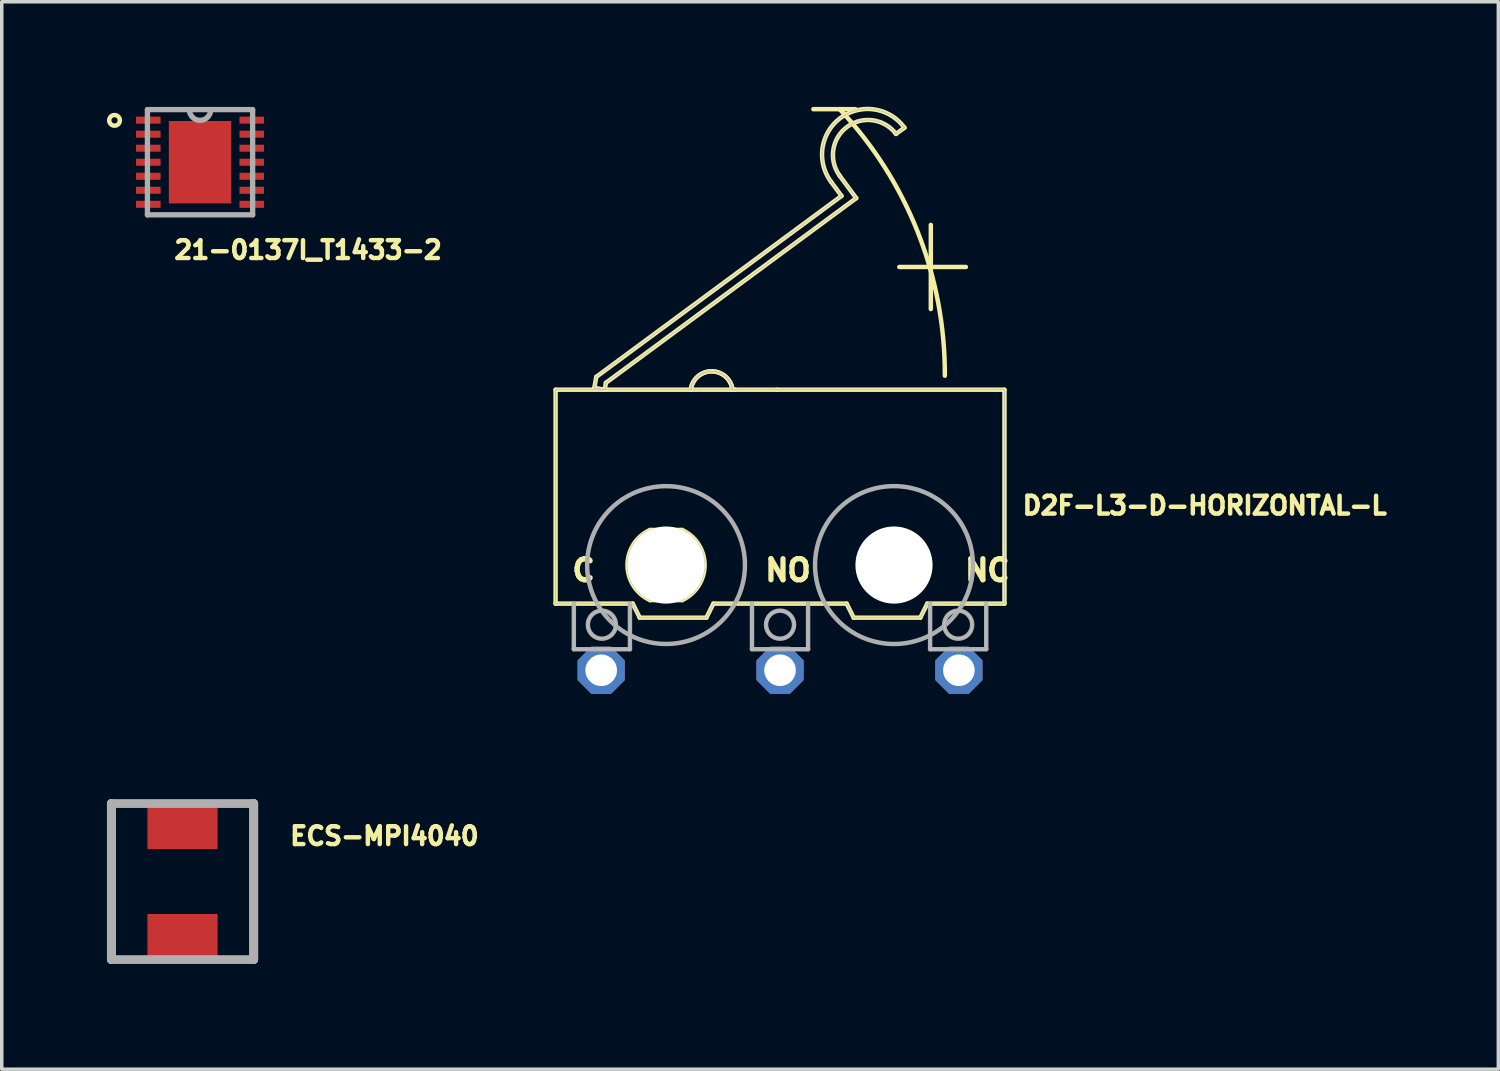
<source format=kicad_pcb>
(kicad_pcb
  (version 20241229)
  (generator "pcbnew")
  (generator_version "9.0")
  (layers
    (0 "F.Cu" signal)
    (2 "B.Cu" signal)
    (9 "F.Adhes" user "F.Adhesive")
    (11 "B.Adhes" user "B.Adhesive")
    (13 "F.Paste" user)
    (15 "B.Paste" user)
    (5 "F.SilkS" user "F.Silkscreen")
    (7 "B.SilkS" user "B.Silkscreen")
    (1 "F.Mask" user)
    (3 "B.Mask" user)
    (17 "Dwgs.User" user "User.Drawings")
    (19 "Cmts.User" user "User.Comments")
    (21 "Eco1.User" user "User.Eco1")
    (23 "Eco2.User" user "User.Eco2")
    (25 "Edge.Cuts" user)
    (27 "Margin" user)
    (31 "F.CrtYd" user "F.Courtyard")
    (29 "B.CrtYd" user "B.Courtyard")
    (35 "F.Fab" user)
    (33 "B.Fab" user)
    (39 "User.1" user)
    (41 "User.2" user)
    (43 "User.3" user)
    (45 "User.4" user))
  (footprint "ECS-MPI4040"
    (layer "F.Cu")
    (at 2.155 22.088)
    (property "Reference" "ECS-MPI4040" (at 3 -1 0) (layer "F.SilkS") (effects (font (size 0.508 0.508) (thickness 0.127)) (justify left bottom)))
    (fp_line (start -2.03 -2.225) (end -2.03 2.225) (stroke (width 0.25) (type solid)) (layer "F.SilkS"))
    (fp_line (start 2.03 -2.225) (end 2.03 2.225) (stroke (width 0.25) (type solid)) (layer "F.SilkS"))
    (fp_line (start -2.03 -2.225) (end -2.03 2.225) (stroke (width 0.25) (type solid)) (layer "F.Fab"))
    (fp_line (start 2.03 -2.225) (end -2.03 -2.225) (stroke (width 0.25) (type solid)) (layer "F.Fab"))
    (fp_line (start 2.03 -2.225) (end 2.03 2.225) (stroke (width 0.25) (type solid)) (layer "F.Fab"))
    (fp_line (start 2.03 2.225) (end -2.03 2.225) (stroke (width 0.25) (type solid)) (layer "F.Fab"))
    (pad "1" smd rect (at 0 -1.575) (size 2 1.3) (layers "F.Cu" "F.Mask" "F.Paste"))
    (pad "2" smd rect (at 0 1.575) (size 2 1.3) (layers "F.Cu" "F.Mask" "F.Paste")))
  (footprint "21-0137I_T1433-2"
    (layer "F.Cu")
    (at 2.654 1.576)
    (property "Reference" "21-0137I_T1433-2" (at -0.8 2.8 0) (layer "F.SilkS") (effects (font (size 0.508 0.508) (thickness 0.127)) (justify left bottom)))
    (fp_circle (center -2.438 -1.194) (end -2.286 -1.194) (stroke (width 0.127) (type solid)) (fill no) (layer "F.SilkS"))
    (fp_poly (pts (xy -0.7 -0.2) (xy -0.2 -0.2) (xy -0.2 -0.9) (xy -0.7 -0.9)) (stroke (width 0) (type default)) (fill yes) (layer "F.Paste"))
    (fp_poly (pts (xy -0.7 0.9) (xy -0.2 0.9) (xy -0.2 0.2) (xy -0.7 0.2)) (stroke (width 0) (type default)) (fill yes) (layer "F.Paste"))
    (fp_poly (pts (xy 0.2 -0.2) (xy 0.7 -0.2) (xy 0.7 -0.9) (xy 0.2 -0.9)) (stroke (width 0) (type default)) (fill yes) (layer "F.Paste"))
    (fp_poly (pts (xy 0.2 0.9) (xy 0.7 0.9) (xy 0.7 0.2) (xy 0.2 0.2)) (stroke (width 0) (type default)) (fill yes) (layer "F.Paste"))
    (fp_line (start -1.5 -1.5) (end -1.5 1.5) (stroke (width 0.152) (type solid)) (layer "F.Fab"))
    (fp_line (start -1.5 1.5) (end 1.5 1.5) (stroke (width 0.152) (type solid)) (layer "F.Fab"))
    (fp_line (start -0.305 -1.5) (end -1.5 -1.5) (stroke (width 0.152) (type solid)) (layer "F.Fab"))
    (fp_line (start 0.305 -1.5) (end -0.305 -1.5) (stroke (width 0.152) (type solid)) (layer "F.Fab"))
    (fp_line (start 1.5 -1.5) (end 0.305 -1.5) (stroke (width 0.152) (type solid)) (layer "F.Fab"))
    (fp_line (start 1.5 1.5) (end 1.5 -1.5) (stroke (width 0.152) (type solid)) (layer "F.Fab"))
    (fp_arc (start 0.3048 -1.5) (mid 0 -1.1952) (end -0.3048 -1.5) (stroke (width 0.1524) (type solid)) (layer "F.Fab"))
    (pad "1" smd rect (at -1.475 -1.2) (size 0.7 0.2) (layers "F.Cu" "F.Mask" "F.Paste"))
    (pad "2" smd rect (at -1.475 -0.8) (size 0.7 0.2) (layers "F.Cu" "F.Mask" "F.Paste"))
    (pad "3" smd rect (at -1.475 -0.4) (size 0.7 0.2) (layers "F.Cu" "F.Mask" "F.Paste"))
    (pad "4" smd rect (at -1.475 0) (size 0.7 0.2) (layers "F.Cu" "F.Mask" "F.Paste"))
    (pad "5" smd rect (at -1.475 0.4) (size 0.7 0.2) (layers "F.Cu" "F.Mask" "F.Paste"))
    (pad "6" smd rect (at -1.475 0.8) (size 0.7 0.2) (layers "F.Cu" "F.Mask" "F.Paste"))
    (pad "7" smd rect (at -1.475 1.2) (size 0.7 0.2) (layers "F.Cu" "F.Mask" "F.Paste"))
    (pad "8" smd rect (at 1.475 1.2) (size 0.7 0.2) (layers "F.Cu" "F.Mask" "F.Paste"))
    (pad "9" smd rect (at 1.475 0.8) (size 0.7 0.2) (layers "F.Cu" "F.Mask" "F.Paste"))
    (pad "10" smd rect (at 1.475 0.4) (size 0.7 0.2) (layers "F.Cu" "F.Mask" "F.Paste"))
    (pad "11" smd rect (at 1.475 0) (size 0.7 0.2) (layers "F.Cu" "F.Mask" "F.Paste"))
    (pad "12" smd rect (at 1.475 -0.4) (size 0.7 0.2) (layers "F.Cu" "F.Mask" "F.Paste"))
    (pad "13" smd rect (at 1.475 -0.8) (size 0.7 0.2) (layers "F.Cu" "F.Mask" "F.Paste"))
    (pad "14" smd rect (at 1.475 -1.2) (size 0.7 0.2) (layers "F.Cu" "F.Mask" "F.Paste"))
    (pad "EP" smd rect (at 0 0) (size 1.78 2.35) (layers "F.Cu" "F.Mask")))
  (footprint "D2F-L3-D-HORIZONTAL-L"
    (layer "F.Cu")
    (at 19.193 13.063)
    (property "Reference" "D2F-L3-D-HORIZONTAL-L" (at 6.85 -1.4 0) (layer "F.SilkS") (effects (font (size 0.508 0.508) (thickness 0.127)) (justify left bottom)))
    (fp_line (start -6.4 -5) (end -6.4 1.1) (stroke (width 0.127) (type solid)) (layer "F.SilkS"))
    (fp_line (start -5.295 -5.052) (end -5 -5) (stroke (width 0.127) (type solid)) (layer "F.SilkS"))
    (fp_line (start -5.24 -5.367) (end -5.295 -5.052) (stroke (width 0.127) (type solid)) (layer "F.SilkS"))
    (fp_line (start -5 -5) (end -4.965 -5.197) (stroke (width 0.127) (type solid)) (layer "F.SilkS"))
    (fp_line (start -4.965 -5.197) (end 2.173 -10.463) (stroke (width 0.127) (type solid)) (layer "F.SilkS"))
    (fp_line (start -4.2 1.1) (end -6.4 1.1) (stroke (width 0.127) (type solid)) (layer "F.SilkS"))
    (fp_line (start -4 1.5) (end -4.2 1.1) (stroke (width 0.127) (type solid)) (layer "F.SilkS"))
    (fp_line (start -4 1.5) (end -2.1 1.5) (stroke (width 0.127) (type solid)) (layer "F.SilkS"))
    (fp_line (start -3.708 -1) (end -2.792 -1) (stroke (width 0.127) (type solid)) (layer "F.SilkS"))
    (fp_line (start -2.792 1) (end -3.708 1) (stroke (width 0.127) (type solid)) (layer "F.SilkS"))
    (fp_line (start -2.545 -5) (end -6.4 -5) (stroke (width 0.127) (type solid)) (layer "F.SilkS"))
    (fp_line (start -1.9 1.1) (end -2.1 1.5) (stroke (width 0.127) (type solid)) (layer "F.SilkS"))
    (fp_line (start -1.355 -5) (end -2.545 -5) (stroke (width 0.127) (type solid)) (layer "F.SilkS"))
    (fp_line (start -1.275 -5) (end -1.355 -5) (stroke (width 0.127) (type solid)) (layer "F.SilkS"))
    (fp_line (start -0.085 -5) (end -1.275 -5) (stroke (width 0.127) (type solid)) (layer "F.SilkS"))
    (fp_line (start 1.456 -10.928) (end 1.753 -10.526) (stroke (width 0.127) (type solid)) (layer "F.SilkS"))
    (fp_line (start 1.7 -13) (end 0.95 -13) (stroke (width 0.127) (type solid)) (layer "F.SilkS"))
    (fp_line (start 1.753 -10.526) (end -5.24 -5.367) (stroke (width 0.127) (type solid)) (layer "F.SilkS"))
    (fp_line (start 1.9 1.1) (end -1.9 1.1) (stroke (width 0.127) (type solid)) (layer "F.SilkS"))
    (fp_line (start 2.1 1.5) (end 1.9 1.1) (stroke (width 0.127) (type solid)) (layer "F.SilkS"))
    (fp_line (start 2.1 1.5) (end 4 1.5) (stroke (width 0.127) (type solid)) (layer "F.SilkS"))
    (fp_line (start 2.15 -13) (end 1.7 -13) (stroke (width 0.127) (type solid)) (layer "F.SilkS"))
    (fp_line (start 2.173 -10.463) (end 1.698 -11.106) (stroke (width 0.127) (type solid)) (layer "F.SilkS"))
    (fp_line (start 3.307 -12.294) (end 3.549 -12.472) (stroke (width 0.127) (type solid)) (layer "F.SilkS"))
    (fp_line (start 3.4 -8.5) (end 4.3 -8.5) (stroke (width 0.127) (type solid)) (layer "F.SilkS"))
    (fp_line (start 4.2 1.1) (end 4 1.5) (stroke (width 0.127) (type solid)) (layer "F.SilkS"))
    (fp_line (start 4.3 -8.5) (end 4.3 -9.7) (stroke (width 0.127) (type solid)) (layer "F.SilkS"))
    (fp_line (start 4.3 -8.5) (end 5.3 -8.5) (stroke (width 0.127) (type solid)) (layer "F.SilkS"))
    (fp_line (start 4.3 -7.3) (end 4.3 -8.5) (stroke (width 0.127) (type solid)) (layer "F.SilkS"))
    (fp_line (start 6.4 -5) (end -0.085 -5) (stroke (width 0.127) (type solid)) (layer "F.SilkS"))
    (fp_line (start 6.4 1.1) (end 4.2 1.1) (stroke (width 0.127) (type solid)) (layer "F.SilkS"))
    (fp_line (start 6.4 1.1) (end 6.4 -5) (stroke (width 0.127) (type solid)) (layer "F.SilkS"))
    (fp_arc (start -3.708258 1) (mid -4.35 0) (end -3.708259 -1) (stroke (width 0.127) (type solid)) (layer "F.SilkS"))
    (fp_arc (start -2.791739 -1) (mid -2.149998 0) (end -2.79174 1) (stroke (width 0.127) (type solid)) (layer "F.SilkS"))
    (fp_arc (start -2.54516 -5) (mid -1.95 -5.523974) (end -1.35484 -5) (stroke (width 0.127) (type solid)) (layer "F.SilkS"))
    (fp_arc (start -2.54516 -5) (mid -1.95 -5.523974) (end -1.35484 -5) (stroke (width 0.127) (type solid)) (layer "F.SilkS"))
    (fp_arc (start 1.45634 -10.928269) (mid 1.730759 -12.74615) (end 3.54864 -12.471731) (stroke (width 0.127) (type solid)) (layer "F.SilkS"))
    (fp_arc (start 1.697761 -11.106358) (mid 1.90885 -12.504726) (end 3.307218 -12.29364) (stroke (width 0.127) (type solid)) (layer "F.SilkS"))
    (fp_arc (start 1.7 -12.999999) (mid 3.930581 -9.488387) (end 4.7 -5.4) (stroke (width 0.127) (type solid)) (layer "F.SilkS"))
    (fp_circle (center 3.25 0) (end 4.25 0) (stroke (width 0.127) (type solid)) (fill no) (layer "F.SilkS"))
    (fp_line (start -6.4 -5) (end -6.4 1.1) (stroke (width 0.025) (type solid)) (layer "Dwgs.User"))
    (fp_line (start -5.88 1.1) (end -5.88 2.4) (stroke (width 0.025) (type solid)) (layer "Dwgs.User"))
    (fp_line (start -5.88 2.4) (end -4.28 2.4) (stroke (width 0.025) (type solid)) (layer "Dwgs.User"))
    (fp_line (start -5.295 -5.052) (end -5 -5) (stroke (width 0.025) (type solid)) (layer "Dwgs.User"))
    (fp_line (start -5.24 -5.367) (end -5.295 -5.052) (stroke (width 0.025) (type solid)) (layer "Dwgs.User"))
    (fp_line (start -5 -5) (end -4.965 -5.197) (stroke (width 0.025) (type solid)) (layer "Dwgs.User"))
    (fp_line (start -4.965 -5.197) (end 2.173 -10.463) (stroke (width 0.025) (type solid)) (layer "Dwgs.User"))
    (fp_line (start -4.28 2.4) (end -4.28 1.1) (stroke (width 0.025) (type solid)) (layer "Dwgs.User"))
    (fp_line (start -4.2 1.1) (end -6.4 1.1) (stroke (width 0.025) (type solid)) (layer "Dwgs.User"))
    (fp_line (start -4 1.5) (end -4.2 1.1) (stroke (width 0.025) (type solid)) (layer "Dwgs.User"))
    (fp_line (start -4 1.5) (end -2.1 1.5) (stroke (width 0.025) (type solid)) (layer "Dwgs.User"))
    (fp_line (start -3.708 -1) (end -2.792 -1) (stroke (width 0.025) (type solid)) (layer "Dwgs.User"))
    (fp_line (start -2.792 1) (end -3.708 1) (stroke (width 0.025) (type solid)) (layer "Dwgs.User"))
    (fp_line (start -2.545 -5) (end -6.4 -5) (stroke (width 0.025) (type solid)) (layer "Dwgs.User"))
    (fp_line (start -1.9 1.1) (end -2.1 1.5) (stroke (width 0.025) (type solid)) (layer "Dwgs.User"))
    (fp_line (start -1.355 -5) (end -2.545 -5) (stroke (width 0.025) (type solid)) (layer "Dwgs.User"))
    (fp_line (start -1.275 -5) (end -1.355 -5) (stroke (width 0.025) (type solid)) (layer "Dwgs.User"))
    (fp_line (start -0.8 1.1) (end -0.8 2.4) (stroke (width 0.025) (type solid)) (layer "Dwgs.User"))
    (fp_line (start -0.8 2.4) (end 0.8 2.4) (stroke (width 0.025) (type solid)) (layer "Dwgs.User"))
    (fp_line (start -0.085 -5) (end -1.275 -5) (stroke (width 0.025) (type solid)) (layer "Dwgs.User"))
    (fp_line (start 0.8 2.4) (end 0.8 1.1) (stroke (width 0.025) (type solid)) (layer "Dwgs.User"))
    (fp_line (start 1.456 -10.928) (end 1.753 -10.526) (stroke (width 0.025) (type solid)) (layer "Dwgs.User"))
    (fp_line (start 1.753 -10.526) (end -5.24 -5.367) (stroke (width 0.025) (type solid)) (layer "Dwgs.User"))
    (fp_line (start 1.9 1.1) (end -1.9 1.1) (stroke (width 0.025) (type solid)) (layer "Dwgs.User"))
    (fp_line (start 2.1 1.5) (end 1.9 1.1) (stroke (width 0.025) (type solid)) (layer "Dwgs.User"))
    (fp_line (start 2.1 1.5) (end 4 1.5) (stroke (width 0.025) (type solid)) (layer "Dwgs.User"))
    (fp_line (start 2.173 -10.463) (end 1.698 -11.106) (stroke (width 0.025) (type solid)) (layer "Dwgs.User"))
    (fp_line (start 3.307 -12.294) (end 3.549 -12.472) (stroke (width 0.025) (type solid)) (layer "Dwgs.User"))
    (fp_line (start 4.2 1.1) (end 4 1.5) (stroke (width 0.025) (type solid)) (layer "Dwgs.User"))
    (fp_line (start 4.28 1.1) (end 4.28 2.4) (stroke (width 0.025) (type solid)) (layer "Dwgs.User"))
    (fp_line (start 4.28 2.4) (end 5.88 2.4) (stroke (width 0.025) (type solid)) (layer "Dwgs.User"))
    (fp_line (start 5.88 2.4) (end 5.88 1.1) (stroke (width 0.025) (type solid)) (layer "Dwgs.User"))
    (fp_line (start 6.4 -5) (end -0.085 -5) (stroke (width 0.025) (type solid)) (layer "Dwgs.User"))
    (fp_line (start 6.4 1.1) (end 4.2 1.1) (stroke (width 0.025) (type solid)) (layer "Dwgs.User"))
    (fp_line (start 6.4 1.1) (end 6.4 -5) (stroke (width 0.025) (type solid)) (layer "Dwgs.User"))
    (fp_arc (start -3.708258 1) (mid -4.35 0) (end -3.708259 -1) (stroke (width 0.025) (type solid)) (layer "Dwgs.User"))
    (fp_arc (start -2.791739 -1) (mid -2.149998 0) (end -2.79174 1) (stroke (width 0.025) (type solid)) (layer "Dwgs.User"))
    (fp_arc (start -2.54516 -5) (mid -1.95 -5.523974) (end -1.35484 -5) (stroke (width 0.025) (type solid)) (layer "Dwgs.User"))
    (fp_arc (start -2.54516 -5) (mid -1.95 -5.523974) (end -1.35484 -5) (stroke (width 0.025) (type solid)) (layer "Dwgs.User"))
    (fp_arc (start 1.45634 -10.928269) (mid 1.730759 -12.74615) (end 3.54864 -12.471731) (stroke (width 0.025) (type solid)) (layer "Dwgs.User"))
    (fp_arc (start 1.697761 -11.106358) (mid 1.90885 -12.504726) (end 3.307218 -12.29364) (stroke (width 0.025) (type solid)) (layer "Dwgs.User"))
    (fp_circle (center -5.08 1.7) (end -4.68 1.7) (stroke (width 0.025) (type solid)) (fill no) (layer "Dwgs.User"))
    (fp_circle (center 0 1.7) (end 0.4 1.7) (stroke (width 0.025) (type solid)) (fill no) (layer "Dwgs.User"))
    (fp_circle (center 3.25 0) (end 4.25 0) (stroke (width 0.025) (type solid)) (fill no) (layer "Dwgs.User"))
    (fp_circle (center 5.08 1.7) (end 5.48 1.7) (stroke (width 0.025) (type solid)) (fill no) (layer "Dwgs.User"))
    (fp_line (start -5.88 1.1) (end -5.88 2.4) (stroke (width 0.127) (type solid)) (layer "F.Fab"))
    (fp_line (start -5.88 2.4) (end -4.28 2.4) (stroke (width 0.127) (type solid)) (layer "F.Fab"))
    (fp_line (start -4.28 2.4) (end -4.28 1.1) (stroke (width 0.127) (type solid)) (layer "F.Fab"))
    (fp_line (start -0.8 1.1) (end -0.8 2.4) (stroke (width 0.127) (type solid)) (layer "F.Fab"))
    (fp_line (start -0.8 2.4) (end 0.8 2.4) (stroke (width 0.127) (type solid)) (layer "F.Fab"))
    (fp_line (start 0.8 2.4) (end 0.8 1.1) (stroke (width 0.127) (type solid)) (layer "F.Fab"))
    (fp_line (start 4.28 1.1) (end 4.28 2.4) (stroke (width 0.127) (type solid)) (layer "F.Fab"))
    (fp_line (start 4.28 2.4) (end 5.88 2.4) (stroke (width 0.127) (type solid)) (layer "F.Fab"))
    (fp_line (start 5.88 2.4) (end 5.88 1.1) (stroke (width 0.127) (type solid)) (layer "F.Fab"))
    (fp_circle (center -5.08 1.7) (end -4.68 1.7) (stroke (width 0.127) (type solid)) (fill no) (layer "F.Fab"))
    (fp_circle (center -3.25 0) (end -1 0) (stroke (width 0.127) (type solid)) (fill no) (layer "F.Fab"))
    (fp_circle (center 0 1.7) (end 0.4 1.7) (stroke (width 0.127) (type solid)) (fill no) (layer "F.Fab"))
    (fp_circle (center 3.25 0) (end 5.501 0) (stroke (width 0.127) (type solid)) (fill no) (layer "F.Fab"))
    (fp_circle (center 5.08 1.7) (end 5.48 1.7) (stroke (width 0.127) (type solid)) (fill no) (layer "F.Fab"))
    (fp_text user "NC" (at 5.2 0.5 0) (layer "F.SilkS") (effects (font (size 0.6 0.6) (thickness 0.15)) (justify left bottom)))
    (fp_text user "C" (at -6 0.5 0) (layer "F.SilkS") (effects (font (size 0.6 0.6) (thickness 0.15)) (justify left bottom)))
    (fp_text user "NO" (at -0.5 0.5 0) (layer "F.SilkS") (effects (font (size 0.6 0.6) (thickness 0.15)) (justify left bottom)))
    (pad "" np_thru_hole circle (at -3.25 0) (size 2.2 2.2) (drill 2.2) (layers "*.Cu" "*.Mask"))
    (pad "" np_thru_hole circle (at 3.25 0) (size 2.2 2.2) (drill 2.2) (layers "*.Cu" "*.Mask"))
    (pad "C" thru_hole roundrect (at -5.1 3 225) (size 1.35 1.35) (drill 0.9) (layers "*.Cu" "*.Mask") (roundrect_rratio 0.25) (chamfer_ratio 0.293) (chamfer top_left top_right bottom_left bottom_right))
    (pad "NC" thru_hole roundrect (at 5.1 3 315) (size 1.35 1.35) (drill 0.9) (layers "*.Cu" "*.Mask") (roundrect_rratio 0.25) (chamfer_ratio 0.293) (chamfer top_left top_right bottom_left bottom_right))
    (pad "NO" thru_hole roundrect (at 0 3 270) (size 1.35 1.35) (drill 0.9) (layers "*.Cu" "*.Mask") (roundrect_rratio 0.25) (chamfer_ratio 0.293) (chamfer top_left top_right bottom_left bottom_right)))
  (gr_rect
    (start -3 -3)
    (end 39.676 27.439)
    (stroke (width 0.1) (type default))
    (fill no)
    (layer "Edge.Cuts")))
</source>
